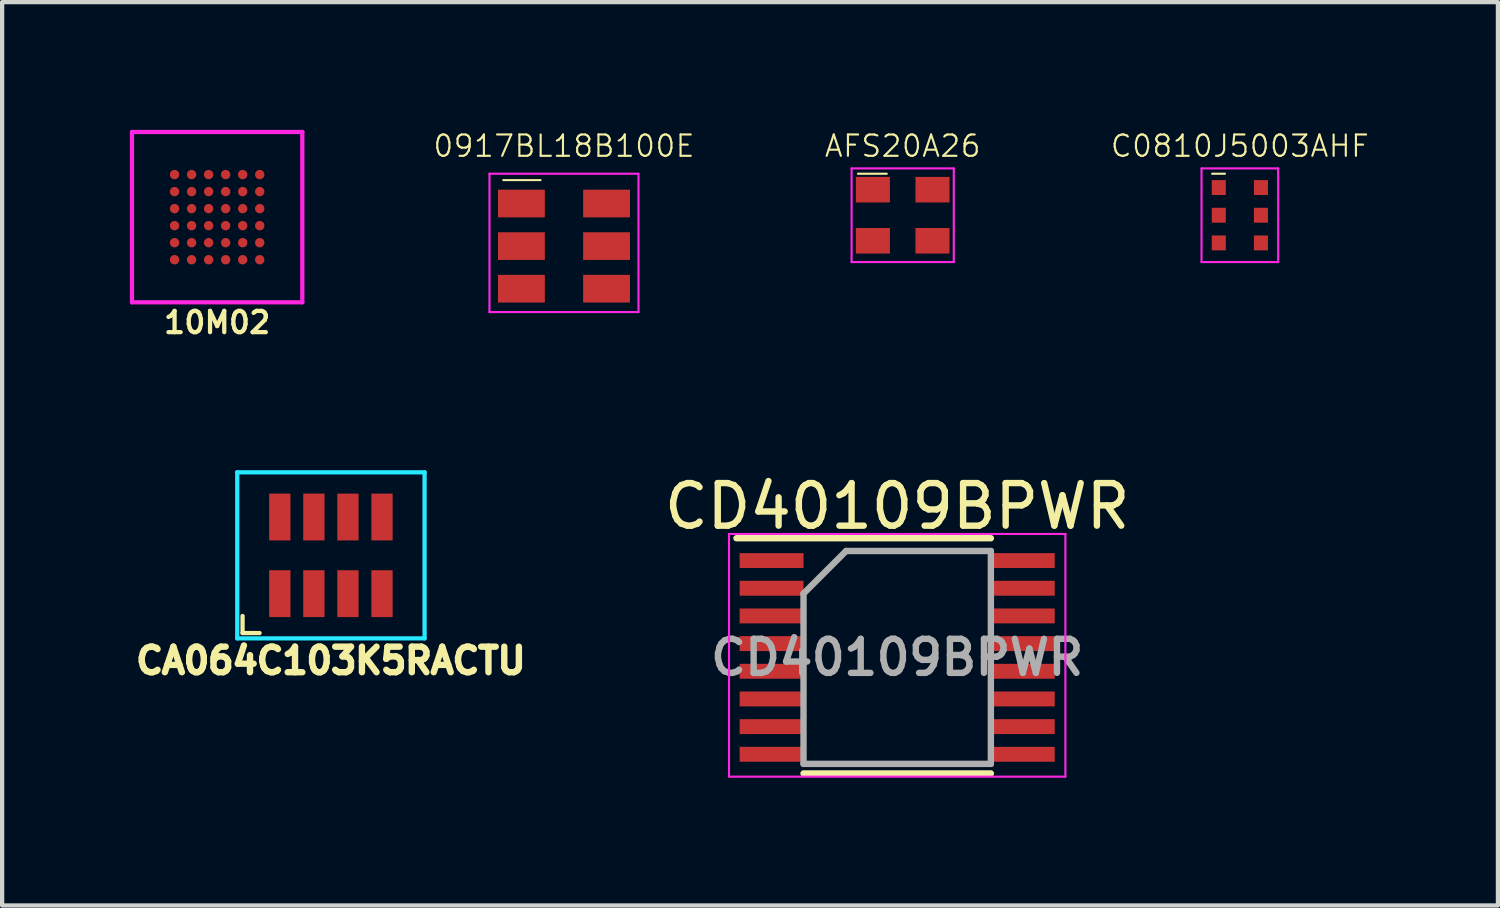
<source format=kicad_pcb>
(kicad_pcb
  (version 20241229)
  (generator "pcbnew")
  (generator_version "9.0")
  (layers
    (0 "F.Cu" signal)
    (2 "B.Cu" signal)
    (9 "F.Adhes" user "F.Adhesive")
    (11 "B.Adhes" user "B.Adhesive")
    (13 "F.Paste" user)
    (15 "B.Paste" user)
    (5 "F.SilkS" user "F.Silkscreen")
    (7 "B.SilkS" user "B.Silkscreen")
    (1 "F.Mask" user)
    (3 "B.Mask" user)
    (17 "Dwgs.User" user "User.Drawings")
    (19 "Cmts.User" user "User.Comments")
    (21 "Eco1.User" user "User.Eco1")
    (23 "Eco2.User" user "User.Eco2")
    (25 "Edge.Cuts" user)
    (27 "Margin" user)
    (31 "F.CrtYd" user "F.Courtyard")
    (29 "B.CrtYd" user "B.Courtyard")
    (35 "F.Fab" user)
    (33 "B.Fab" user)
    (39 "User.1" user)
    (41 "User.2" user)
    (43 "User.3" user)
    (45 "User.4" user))
  (footprint "0917BL18B100E"
    (layer "F.Cu")
    (at 10.196 2.73)
    (property "Reference" "0917BL18B100E" (at 0 -2.35 0) (layer "F.SilkS") (effects (font (size 0.5 0.5) (thickness 0.05))))
    (attr through_hole)
    (fp_line (start -1.425 -1.55) (end -0.55 -1.55) (stroke (width 0.05) (type solid)) (layer "F.SilkS"))
    (fp_line (start -1.75 -1.7) (end -1.75 1.55) (stroke (width 0.05) (type solid)) (layer "F.CrtYd"))
    (fp_line (start -1.75 1.55) (end 1.75 1.55) (stroke (width 0.05) (type solid)) (layer "F.CrtYd"))
    (fp_line (start 1.75 -1.7) (end -1.75 -1.7) (stroke (width 0.05) (type solid)) (layer "F.CrtYd"))
    (fp_line (start 1.75 1.55) (end 1.75 -1.7) (stroke (width 0.05) (type solid)) (layer "F.CrtYd"))
    (pad "1" smd rect (at -1 -1 180) (size 1.1 0.65) (layers "F.Cu" "F.Mask" "F.Paste"))
    (pad "2" smd rect (at -1 0 180) (size 1.1 0.65) (layers "F.Cu" "F.Mask" "F.Paste"))
    (pad "3" smd rect (at -1 1 180) (size 1.1 0.65) (layers "F.Cu" "F.Mask" "F.Paste"))
    (pad "4" smd rect (at 1 1 180) (size 1.1 0.65) (layers "F.Cu" "F.Mask" "F.Paste"))
    (pad "5" smd rect (at 1 0 180) (size 1.1 0.65) (layers "F.Cu" "F.Mask" "F.Paste"))
    (pad "6" smd rect (at 1 -1 180) (size 1.1 0.65) (layers "F.Cu" "F.Mask" "F.Paste")))
  (footprint "10M02"
    (layer "F.Cu")
    (at 2.05 2.05)
    (property "Reference" "10M02" (at 0 2.475 0) (layer "F.SilkS") (effects (font (size 0.5 0.5) (thickness 0.1))))
    (attr through_hole)
    (fp_line (start -2 -2) (end -2 2) (stroke (width 0.1) (type solid)) (layer "F.CrtYd"))
    (fp_line (start -2 -2) (end 2 -2) (stroke (width 0.1) (type solid)) (layer "F.CrtYd"))
    (fp_line (start -2 2) (end 2 2) (stroke (width 0.1) (type solid)) (layer "F.CrtYd"))
    (fp_line (start 2 2) (end 2 -2) (stroke (width 0.1) (type solid)) (layer "F.CrtYd"))
    (pad "A1" smd circle (at 1 -1 90) (size 0.22 0.22) (layers "F.Cu" "F.Mask" "F.Paste"))
    (pad "A2" smd circle (at 0.6 -1 90) (size 0.22 0.22) (layers "F.Cu" "F.Mask" "F.Paste"))
    (pad "A3" smd circle (at 0.2 -1 90) (size 0.22 0.22) (layers "F.Cu" "F.Mask" "F.Paste"))
    (pad "A4" smd circle (at -0.2 -1 90) (size 0.22 0.22) (layers "F.Cu" "F.Mask" "F.Paste"))
    (pad "A5" smd circle (at -0.6 -1 90) (size 0.22 0.22) (layers "F.Cu" "F.Mask" "F.Paste"))
    (pad "A6" smd circle (at -1 -1 90) (size 0.22 0.22) (layers "F.Cu" "F.Mask" "F.Paste"))
    (pad "B1" smd circle (at 1 -0.6 90) (size 0.22 0.22) (layers "F.Cu" "F.Mask" "F.Paste"))
    (pad "B2" smd circle (at 0.6 -0.6 90) (size 0.22 0.22) (layers "F.Cu" "F.Mask" "F.Paste"))
    (pad "B3" smd circle (at 0.2 -0.6 90) (size 0.22 0.22) (layers "F.Cu" "F.Mask" "F.Paste"))
    (pad "B4" smd circle (at -0.2 -0.6 90) (size 0.22 0.22) (layers "F.Cu" "F.Mask" "F.Paste"))
    (pad "B5" smd circle (at -0.6 -0.6 90) (size 0.22 0.22) (layers "F.Cu" "F.Mask" "F.Paste"))
    (pad "B6" smd circle (at -1 -0.6 90) (size 0.22 0.22) (layers "F.Cu" "F.Mask" "F.Paste"))
    (pad "C1" smd circle (at 1 -0.2 90) (size 0.22 0.22) (layers "F.Cu" "F.Mask" "F.Paste"))
    (pad "C2" smd circle (at 0.6 -0.2 90) (size 0.22 0.22) (layers "F.Cu" "F.Mask" "F.Paste"))
    (pad "C3" smd circle (at 0.2 -0.2 90) (size 0.22 0.22) (layers "F.Cu" "F.Mask" "F.Paste"))
    (pad "C4" smd circle (at -0.2 -0.2 90) (size 0.22 0.22) (layers "F.Cu" "F.Mask" "F.Paste"))
    (pad "C5" smd circle (at -0.6 -0.2 90) (size 0.22 0.22) (layers "F.Cu" "F.Mask" "F.Paste"))
    (pad "C6" smd circle (at -1 -0.2 90) (size 0.22 0.22) (layers "F.Cu" "F.Mask" "F.Paste"))
    (pad "D1" smd circle (at 1 0.2 90) (size 0.22 0.22) (layers "F.Cu" "F.Mask" "F.Paste"))
    (pad "D2" smd circle (at 0.6 0.2 90) (size 0.22 0.22) (layers "F.Cu" "F.Mask" "F.Paste"))
    (pad "D3" smd circle (at 0.2 0.2 90) (size 0.22 0.22) (layers "F.Cu" "F.Mask" "F.Paste"))
    (pad "D4" smd circle (at -0.2 0.2 90) (size 0.22 0.22) (layers "F.Cu" "F.Mask" "F.Paste"))
    (pad "D5" smd circle (at -0.6 0.2 90) (size 0.22 0.22) (layers "F.Cu" "F.Mask" "F.Paste"))
    (pad "D6" smd circle (at -1 0.2 90) (size 0.22 0.22) (layers "F.Cu" "F.Mask" "F.Paste"))
    (pad "E1" smd circle (at 1 0.6 90) (size 0.22 0.22) (layers "F.Cu" "F.Mask" "F.Paste"))
    (pad "E2" smd circle (at 0.6 0.6 90) (size 0.22 0.22) (layers "F.Cu" "F.Mask" "F.Paste"))
    (pad "E3" smd circle (at 0.2 0.6 90) (size 0.22 0.22) (layers "F.Cu" "F.Mask" "F.Paste"))
    (pad "E4" smd circle (at -0.2 0.6 90) (size 0.22 0.22) (layers "F.Cu" "F.Mask" "F.Paste"))
    (pad "E5" smd circle (at -0.6 0.6 90) (size 0.22 0.22) (layers "F.Cu" "F.Mask" "F.Paste"))
    (pad "E6" smd circle (at -1 0.6 90) (size 0.22 0.22) (layers "F.Cu" "F.Mask" "F.Paste"))
    (pad "F1" smd circle (at 1 1 90) (size 0.22 0.22) (layers "F.Cu" "F.Mask" "F.Paste"))
    (pad "F2" smd circle (at 0.6 1 90) (size 0.22 0.22) (layers "F.Cu" "F.Mask" "F.Paste"))
    (pad "F3" smd circle (at 0.2 1 90) (size 0.22 0.22) (layers "F.Cu" "F.Mask" "F.Paste"))
    (pad "F4" smd circle (at -0.2 1 90) (size 0.22 0.22) (layers "F.Cu" "F.Mask" "F.Paste"))
    (pad "F5" smd circle (at -0.6 1 90) (size 0.22 0.22) (layers "F.Cu" "F.Mask" "F.Paste"))
    (pad "F6" smd circle (at -1 1 90) (size 0.22 0.22) (layers "F.Cu" "F.Mask" "F.Paste")))
  (footprint "CA064C103K5RACTU"
    (layer "F.Cu")
    (at 4.722 9.993)
    (property "Reference" "CA064C103K5RACTU" (at 0 2.475 0) (layer "F.SilkS") (effects (font (size 0.6 0.6) (thickness 0.15))))
    (attr through_hole)
    (fp_line (start -2.075 1.425) (end -2.075 1.825) (stroke (width 0.1) (type solid)) (layer "F.SilkS"))
    (fp_line (start -2.075 1.825) (end -1.675 1.825) (stroke (width 0.1) (type solid)) (layer "F.SilkS"))
    (fp_line (start -2.2 -1.95) (end 2.2 -1.95) (stroke (width 0.1) (type solid)) (layer "B.CrtYd"))
    (fp_line (start -2.2 1.95) (end -2.2 -1.95) (stroke (width 0.1) (type solid)) (layer "B.CrtYd"))
    (fp_line (start 2.2 -1.95) (end 2.2 1.95) (stroke (width 0.1) (type solid)) (layer "B.CrtYd"))
    (fp_line (start 2.2 1.95) (end -2.2 1.95) (stroke (width 0.1) (type solid)) (layer "B.CrtYd"))
    (pad "1" smd rect (at -1.2 0.9) (size 0.5 1.1) (layers "F.Cu" "F.Mask" "F.Paste"))
    (pad "2" smd rect (at -0.4 0.9) (size 0.5 1.1) (layers "F.Cu" "F.Mask" "F.Paste"))
    (pad "3" smd rect (at 0.4 0.9) (size 0.5 1.1) (layers "F.Cu" "F.Mask" "F.Paste"))
    (pad "4" smd rect (at 1.2 0.9) (size 0.5 1.1) (layers "F.Cu" "F.Mask" "F.Paste"))
    (pad "5" smd rect (at 1.2 -0.9) (size 0.5 1.1) (layers "F.Cu" "F.Mask" "F.Paste"))
    (pad "6" smd rect (at 0.4 -0.9) (size 0.5 1.1) (layers "F.Cu" "F.Mask" "F.Paste"))
    (pad "7" smd rect (at -0.4 -0.9) (size 0.5 1.1) (layers "F.Cu" "F.Mask" "F.Paste"))
    (pad "8" smd rect (at -1.2 -0.9) (size 0.5 1.1) (layers "F.Cu" "F.Mask" "F.Paste")))
  (footprint "C0810J5003AHF"
    (layer "F.Cu")
    (at 26.07 2.005)
    (property "Reference" "C0810J5003AHF" (at 0 -1.625 0) (layer "F.SilkS") (effects (font (size 0.5 0.5) (thickness 0.05))))
    (attr through_hole)
    (fp_line (start -0.65 -0.975) (end -0.35 -0.975) (stroke (width 0.05) (type solid)) (layer "F.SilkS"))
    (fp_line (start -0.9 -1.1) (end -0.9 1.1) (stroke (width 0.05) (type solid)) (layer "F.CrtYd"))
    (fp_line (start -0.9 1.1) (end 0.9 1.1) (stroke (width 0.05) (type solid)) (layer "F.CrtYd"))
    (fp_line (start 0.9 -1.1) (end -0.9 -1.1) (stroke (width 0.05) (type solid)) (layer "F.CrtYd"))
    (fp_line (start 0.9 1.1) (end 0.9 -1.1) (stroke (width 0.05) (type solid)) (layer "F.CrtYd"))
    (pad "1" smd rect (at -0.495 -0.65 180) (size 0.33 0.35) (layers "F.Cu" "F.Mask" "F.Paste"))
    (pad "2" smd rect (at -0.495 0 180) (size 0.33 0.35) (layers "F.Cu" "F.Mask" "F.Paste"))
    (pad "3" smd rect (at -0.495 0.65 180) (size 0.33 0.35) (layers "F.Cu" "F.Mask" "F.Paste"))
    (pad "4" smd rect (at 0.495 0.65 180) (size 0.33 0.35) (layers "F.Cu" "F.Mask" "F.Paste"))
    (pad "5" smd rect (at 0.495 0 180) (size 0.33 0.35) (layers "F.Cu" "F.Mask" "F.Paste"))
    (pad "6" smd rect (at 0.495 -0.65 180) (size 0.33 0.35) (layers "F.Cu" "F.Mask" "F.Paste")))
  (footprint "CD40109BPWR"
    (layer "F.Cu")
    (at 18.022 12.391)
    (property "Reference" "CD40109BPWR" (at 0 -3.55 0) (layer "F.SilkS") (effects (font (size 1 1) (thickness 0.15))))
    (attr smd)
    (fp_line (start -3.775 -2.8) (end 2.2 -2.8) (stroke (width 0.15) (type solid)) (layer "F.SilkS"))
    (fp_line (start -2.2 2.725) (end 2.2 2.725) (stroke (width 0.15) (type solid)) (layer "F.SilkS"))
    (fp_line (start -3.95 -2.9) (end -3.95 2.8) (stroke (width 0.05) (type solid)) (layer "F.CrtYd"))
    (fp_line (start -3.95 -2.9) (end 3.95 -2.9) (stroke (width 0.05) (type solid)) (layer "F.CrtYd"))
    (fp_line (start -3.95 2.8) (end 3.95 2.8) (stroke (width 0.05) (type solid)) (layer "F.CrtYd"))
    (fp_line (start 3.95 -2.9) (end 3.95 2.8) (stroke (width 0.05) (type solid)) (layer "F.CrtYd"))
    (fp_line (start -2.2 -1.5) (end -1.2 -2.5) (stroke (width 0.15) (type solid)) (layer "F.Fab"))
    (fp_line (start -2.2 2.5) (end -2.2 -1.5) (stroke (width 0.15) (type solid)) (layer "F.Fab"))
    (fp_line (start -1.2 -2.5) (end 2.2 -2.5) (stroke (width 0.15) (type solid)) (layer "F.Fab"))
    (fp_line (start 2.2 -2.5) (end 2.2 2.5) (stroke (width 0.15) (type solid)) (layer "F.Fab"))
    (fp_line (start 2.2 2.5) (end -2.2 2.5) (stroke (width 0.15) (type solid)) (layer "F.Fab"))
    (fp_text user "${REFERENCE}" (at 0 0 0) (layer "F.Fab") (effects (font (size 0.8 0.8) (thickness 0.15))))
    (pad "1" smd rect (at -2.95 -2.275) (size 1.5 0.35) (layers "F.Cu" "F.Mask" "F.Paste"))
    (pad "2" smd rect (at -2.95 -1.625) (size 1.5 0.35) (layers "F.Cu" "F.Mask" "F.Paste"))
    (pad "3" smd rect (at -2.95 -0.975) (size 1.5 0.35) (layers "F.Cu" "F.Mask" "F.Paste"))
    (pad "4" smd rect (at -2.95 -0.325) (size 1.5 0.35) (layers "F.Cu" "F.Mask" "F.Paste"))
    (pad "5" smd rect (at -2.95 0.325) (size 1.5 0.35) (layers "F.Cu" "F.Mask" "F.Paste"))
    (pad "6" smd rect (at -2.95 0.975) (size 1.5 0.35) (layers "F.Cu" "F.Mask" "F.Paste"))
    (pad "7" smd rect (at -2.95 1.625) (size 1.5 0.35) (layers "F.Cu" "F.Mask" "F.Paste"))
    (pad "8" smd rect (at -2.95 2.275) (size 1.5 0.35) (layers "F.Cu" "F.Mask" "F.Paste"))
    (pad "9" smd rect (at 2.95 2.275) (size 1.5 0.35) (layers "F.Cu" "F.Mask" "F.Paste"))
    (pad "10" smd rect (at 2.95 1.625) (size 1.5 0.35) (layers "F.Cu" "F.Mask" "F.Paste"))
    (pad "11" smd rect (at 2.95 0.975) (size 1.5 0.35) (layers "F.Cu" "F.Mask" "F.Paste"))
    (pad "12" smd rect (at 2.95 0.325) (size 1.5 0.35) (layers "F.Cu" "F.Mask" "F.Paste"))
    (pad "13" smd rect (at 2.95 -0.325) (size 1.5 0.35) (layers "F.Cu" "F.Mask" "F.Paste"))
    (pad "14" smd rect (at 2.95 -0.975) (size 1.5 0.35) (layers "F.Cu" "F.Mask" "F.Paste"))
    (pad "15" smd rect (at 2.95 -1.625) (size 1.5 0.35) (layers "F.Cu" "F.Mask" "F.Paste"))
    (pad "16" smd rect (at 2.95 -2.275) (size 1.5 0.35) (layers "F.Cu" "F.Mask" "F.Paste")))
  (footprint "AFS20A26"
    (layer "F.Cu")
    (at 18.151 2.005)
    (property "Reference" "AFS20A26" (at 0 -1.625 0) (layer "F.SilkS") (effects (font (size 0.5 0.5) (thickness 0.05))))
    (attr through_hole)
    (fp_line (start -1.05 -0.975) (end -0.375 -0.975) (stroke (width 0.05) (type solid)) (layer "F.SilkS"))
    (fp_line (start -1.2 -1.1) (end -1.2 1.1) (stroke (width 0.05) (type solid)) (layer "F.CrtYd"))
    (fp_line (start -1.2 1.1) (end 1.2 1.1) (stroke (width 0.05) (type solid)) (layer "F.CrtYd"))
    (fp_line (start 1.2 -1.1) (end -1.2 -1.1) (stroke (width 0.05) (type solid)) (layer "F.CrtYd"))
    (fp_line (start 1.2 1.1) (end 1.2 -1.1) (stroke (width 0.05) (type solid)) (layer "F.CrtYd"))
    (pad "1" smd rect (at -0.7 -0.6 180) (size 0.8 0.6) (layers "F.Cu" "F.Mask" "F.Paste"))
    (pad "2" smd rect (at -0.7 0.6 180) (size 0.8 0.6) (layers "F.Cu" "F.Mask" "F.Paste"))
    (pad "3" smd rect (at 0.7 0.6 180) (size 0.8 0.6) (layers "F.Cu" "F.Mask" "F.Paste"))
    (pad "4" smd rect (at 0.7 -0.6 180) (size 0.8 0.6) (layers "F.Cu" "F.Mask" "F.Paste")))
  (gr_rect
    (start -3 -3)
    (end 32.131 18.216)
    (stroke (width 0.1) (type default))
    (fill no)
    (layer "Edge.Cuts")))
</source>
